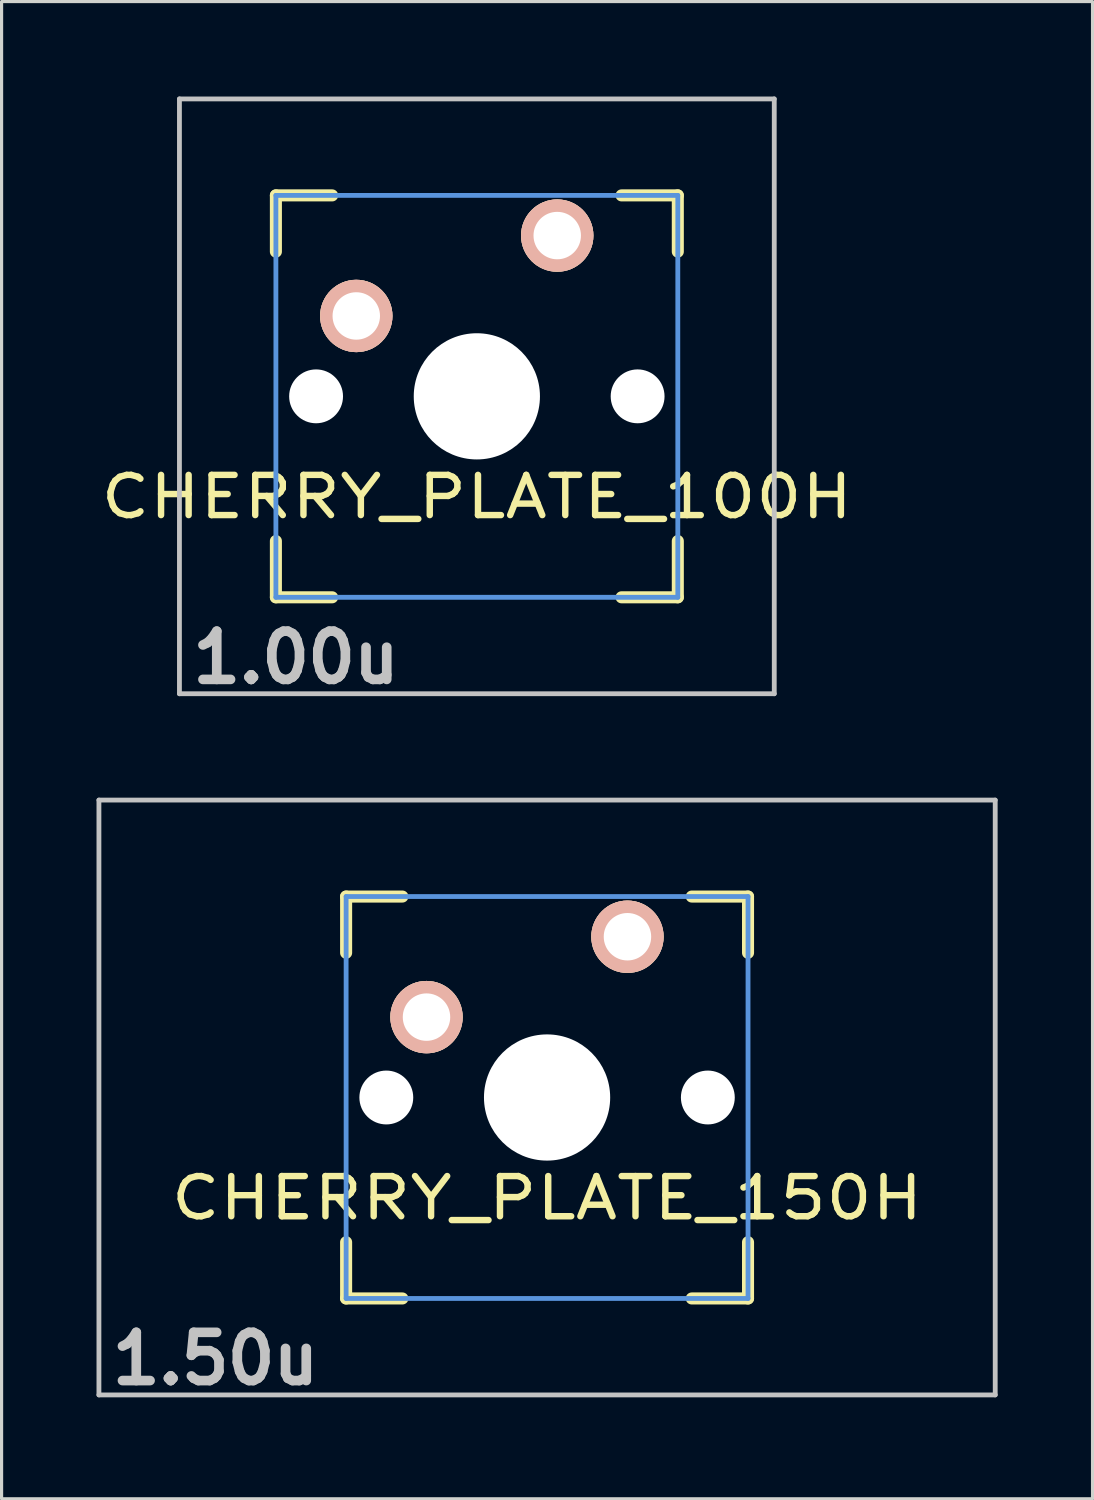
<source format=kicad_pcb>
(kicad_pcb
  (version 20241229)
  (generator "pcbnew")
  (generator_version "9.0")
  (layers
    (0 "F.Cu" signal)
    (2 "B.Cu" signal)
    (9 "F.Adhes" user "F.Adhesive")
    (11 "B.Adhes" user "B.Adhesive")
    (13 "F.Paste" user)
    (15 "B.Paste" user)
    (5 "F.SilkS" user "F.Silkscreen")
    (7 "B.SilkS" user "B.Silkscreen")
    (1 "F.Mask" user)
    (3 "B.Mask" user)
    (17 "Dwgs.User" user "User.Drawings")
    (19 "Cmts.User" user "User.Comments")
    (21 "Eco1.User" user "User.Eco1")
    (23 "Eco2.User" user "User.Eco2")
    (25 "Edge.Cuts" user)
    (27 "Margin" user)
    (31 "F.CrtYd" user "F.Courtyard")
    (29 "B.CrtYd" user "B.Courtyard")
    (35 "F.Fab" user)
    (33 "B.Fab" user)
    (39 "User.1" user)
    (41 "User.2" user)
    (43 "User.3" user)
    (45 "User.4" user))
  (footprint "CHERRY_PLATE_100H"
    (layer "F.Cu")
    (at 12.018 9.474)
    (property "Reference" "CHERRY_PLATE_100H" (at 0 3.175 0) (layer "F.SilkS") (effects (font (size 1.27 1.524) (thickness 0.203))))
    (attr through_hole)
    (fp_line (start -6.35 -6.35) (end -4.572 -6.35) (stroke (width 0.381) (type solid)) (layer "F.SilkS"))
    (fp_line (start -6.35 -4.572) (end -6.35 -6.35) (stroke (width 0.381) (type solid)) (layer "F.SilkS"))
    (fp_line (start -6.35 6.35) (end -6.35 4.572) (stroke (width 0.381) (type solid)) (layer "F.SilkS"))
    (fp_line (start -4.572 6.35) (end -6.35 6.35) (stroke (width 0.381) (type solid)) (layer "F.SilkS"))
    (fp_line (start 4.572 -6.35) (end 6.35 -6.35) (stroke (width 0.381) (type solid)) (layer "F.SilkS"))
    (fp_line (start 6.35 -6.35) (end 6.35 -4.572) (stroke (width 0.381) (type solid)) (layer "F.SilkS"))
    (fp_line (start 6.35 4.572) (end 6.35 6.35) (stroke (width 0.381) (type solid)) (layer "F.SilkS"))
    (fp_line (start 6.35 6.35) (end 4.572 6.35) (stroke (width 0.381) (type solid)) (layer "F.SilkS"))
    (fp_line (start -9.398 -9.398) (end 9.398 -9.398) (stroke (width 0.152) (type solid)) (layer "Dwgs.User"))
    (fp_line (start -9.398 9.398) (end -9.398 -9.398) (stroke (width 0.152) (type solid)) (layer "Dwgs.User"))
    (fp_line (start 9.398 -9.398) (end 9.398 9.398) (stroke (width 0.152) (type solid)) (layer "Dwgs.User"))
    (fp_line (start 9.398 9.398) (end -9.398 9.398) (stroke (width 0.152) (type solid)) (layer "Dwgs.User"))
    (fp_line (start -6.35 -6.35) (end 6.35 -6.35) (stroke (width 0.152) (type solid)) (layer "Cmts.User"))
    (fp_line (start -6.35 6.35) (end -6.35 -6.35) (stroke (width 0.152) (type solid)) (layer "Cmts.User"))
    (fp_line (start 6.35 -6.35) (end 6.35 6.35) (stroke (width 0.152) (type solid)) (layer "Cmts.User"))
    (fp_line (start 6.35 6.35) (end -6.35 6.35) (stroke (width 0.152) (type solid)) (layer "Cmts.User"))
    (fp_text user "1.00u" (at -5.715 8.255 0) (layer "Dwgs.User") (effects (font (size 1.524 1.524) (thickness 0.305))))
    (pad "" np_thru_hole circle (at -5.08 0) (size 1.702 1.702) (drill 1.702) (layers "*.Cu"))
    (pad "" np_thru_hole circle (at 0 0) (size 3.988 3.988) (drill 3.988) (layers "*.Cu"))
    (pad "" np_thru_hole circle (at 5.08 0) (size 1.702 1.702) (drill 1.702) (layers "*.Cu"))
    (pad "1" thru_hole circle (at 2.54 -5.08) (size 2.286 2.286) (drill 1.499) (layers "*.Cu" "*.SilkS" "*.Mask"))
    (pad "2" thru_hole circle (at -3.81 -2.54) (size 2.286 2.286) (drill 1.499) (layers "*.Cu" "*.SilkS" "*.Mask")))
  (footprint "CHERRY_PLATE_150H"
    (layer "F.Cu")
    (at 14.237 31.63)
    (property "Reference" "CHERRY_PLATE_150H" (at 0 3.175 0) (layer "F.SilkS") (effects (font (size 1.27 1.524) (thickness 0.203))))
    (attr through_hole)
    (fp_line (start -6.35 -6.35) (end -4.572 -6.35) (stroke (width 0.381) (type solid)) (layer "F.SilkS"))
    (fp_line (start -6.35 -4.572) (end -6.35 -6.35) (stroke (width 0.381) (type solid)) (layer "F.SilkS"))
    (fp_line (start -6.35 6.35) (end -6.35 4.572) (stroke (width 0.381) (type solid)) (layer "F.SilkS"))
    (fp_line (start -4.572 6.35) (end -6.35 6.35) (stroke (width 0.381) (type solid)) (layer "F.SilkS"))
    (fp_line (start 4.572 -6.35) (end 6.35 -6.35) (stroke (width 0.381) (type solid)) (layer "F.SilkS"))
    (fp_line (start 6.35 -6.35) (end 6.35 -4.572) (stroke (width 0.381) (type solid)) (layer "F.SilkS"))
    (fp_line (start 6.35 4.572) (end 6.35 6.35) (stroke (width 0.381) (type solid)) (layer "F.SilkS"))
    (fp_line (start 6.35 6.35) (end 4.572 6.35) (stroke (width 0.381) (type solid)) (layer "F.SilkS"))
    (fp_line (start -14.161 -9.398) (end 14.161 -9.398) (stroke (width 0.152) (type solid)) (layer "Dwgs.User"))
    (fp_line (start -14.161 9.398) (end -14.161 -9.398) (stroke (width 0.152) (type solid)) (layer "Dwgs.User"))
    (fp_line (start 14.161 -9.398) (end 14.161 9.398) (stroke (width 0.152) (type solid)) (layer "Dwgs.User"))
    (fp_line (start 14.161 9.398) (end -14.161 9.398) (stroke (width 0.152) (type solid)) (layer "Dwgs.User"))
    (fp_line (start -6.35 -6.35) (end 6.35 -6.35) (stroke (width 0.152) (type solid)) (layer "Cmts.User"))
    (fp_line (start -6.35 6.35) (end -6.35 -6.35) (stroke (width 0.152) (type solid)) (layer "Cmts.User"))
    (fp_line (start 6.35 -6.35) (end 6.35 6.35) (stroke (width 0.152) (type solid)) (layer "Cmts.User"))
    (fp_line (start 6.35 6.35) (end -6.35 6.35) (stroke (width 0.152) (type solid)) (layer "Cmts.User"))
    (fp_text user "1.50u" (at -10.477 8.255 0) (layer "Dwgs.User") (effects (font (size 1.524 1.524) (thickness 0.305))))
    (pad "" np_thru_hole circle (at -5.08 0) (size 1.702 1.702) (drill 1.702) (layers "*.Cu"))
    (pad "" np_thru_hole circle (at 0 0) (size 3.988 3.988) (drill 3.988) (layers "*.Cu"))
    (pad "" np_thru_hole circle (at 5.08 0) (size 1.702 1.702) (drill 1.702) (layers "*.Cu"))
    (pad "1" thru_hole circle (at 2.54 -5.08) (size 2.286 2.286) (drill 1.499) (layers "*.Cu" "*.SilkS" "*.Mask"))
    (pad "2" thru_hole circle (at -3.81 -2.54) (size 2.286 2.286) (drill 1.499) (layers "*.Cu" "*.SilkS" "*.Mask")))
  (gr_rect
    (start -3 -3)
    (end 31.473 44.311)
    (stroke (width 0.1) (type default))
    (fill no)
    (layer "Edge.Cuts")))
</source>
